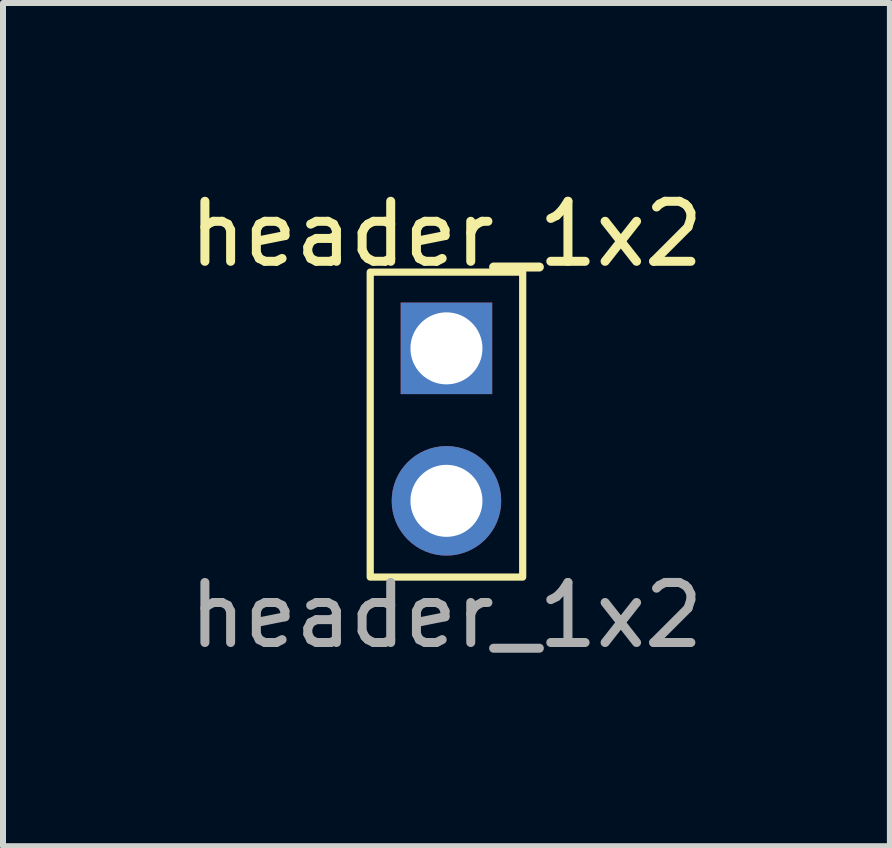
<source format=kicad_pcb>
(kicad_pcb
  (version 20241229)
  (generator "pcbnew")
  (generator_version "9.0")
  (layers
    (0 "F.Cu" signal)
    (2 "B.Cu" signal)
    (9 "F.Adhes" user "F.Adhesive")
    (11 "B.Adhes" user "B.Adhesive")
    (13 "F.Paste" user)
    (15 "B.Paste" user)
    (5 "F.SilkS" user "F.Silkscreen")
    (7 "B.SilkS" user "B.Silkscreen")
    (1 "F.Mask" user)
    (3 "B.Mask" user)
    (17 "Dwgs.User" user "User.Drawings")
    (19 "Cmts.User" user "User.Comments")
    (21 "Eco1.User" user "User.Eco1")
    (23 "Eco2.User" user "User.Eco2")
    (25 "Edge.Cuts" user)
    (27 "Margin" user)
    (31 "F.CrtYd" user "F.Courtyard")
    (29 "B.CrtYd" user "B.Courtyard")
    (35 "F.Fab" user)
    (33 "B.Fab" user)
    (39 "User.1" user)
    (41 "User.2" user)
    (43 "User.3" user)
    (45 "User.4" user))
  (footprint "header_1x2"
    (layer "F.Cu")
    (at 4.387 5.293)
    (property "Reference" "header_1x2" (at 0 -4.445 0) (unlocked yes) (layer "F.SilkS") (effects (font (size 1 1) (thickness 0.15))))
    (attr through_hole)
    (fp_rect (start -1.27 -3.81) (end 1.27 1.27) (stroke (width 0.12) (type solid)) (fill no) (layer "F.SilkS"))
    (fp_text user "${REFERENCE}" (at 0 1.905 0) (unlocked yes) (layer "F.Fab") (effects (font (size 1 1) (thickness 0.15))))
    (pad "1" thru_hole rect (at 0 -2.54) (size 1.524 1.524) (drill 1.2) (layers "*.Cu" "*.Mask"))
    (pad "2" thru_hole circle (at 0 0) (size 1.824 1.824) (drill 1.2) (layers "*.Cu" "*.Mask")))
  (gr_rect
    (start -3 -3)
    (end 11.774 11.046)
    (stroke (width 0.1) (type default))
    (fill no)
    (layer "Edge.Cuts")))
</source>
